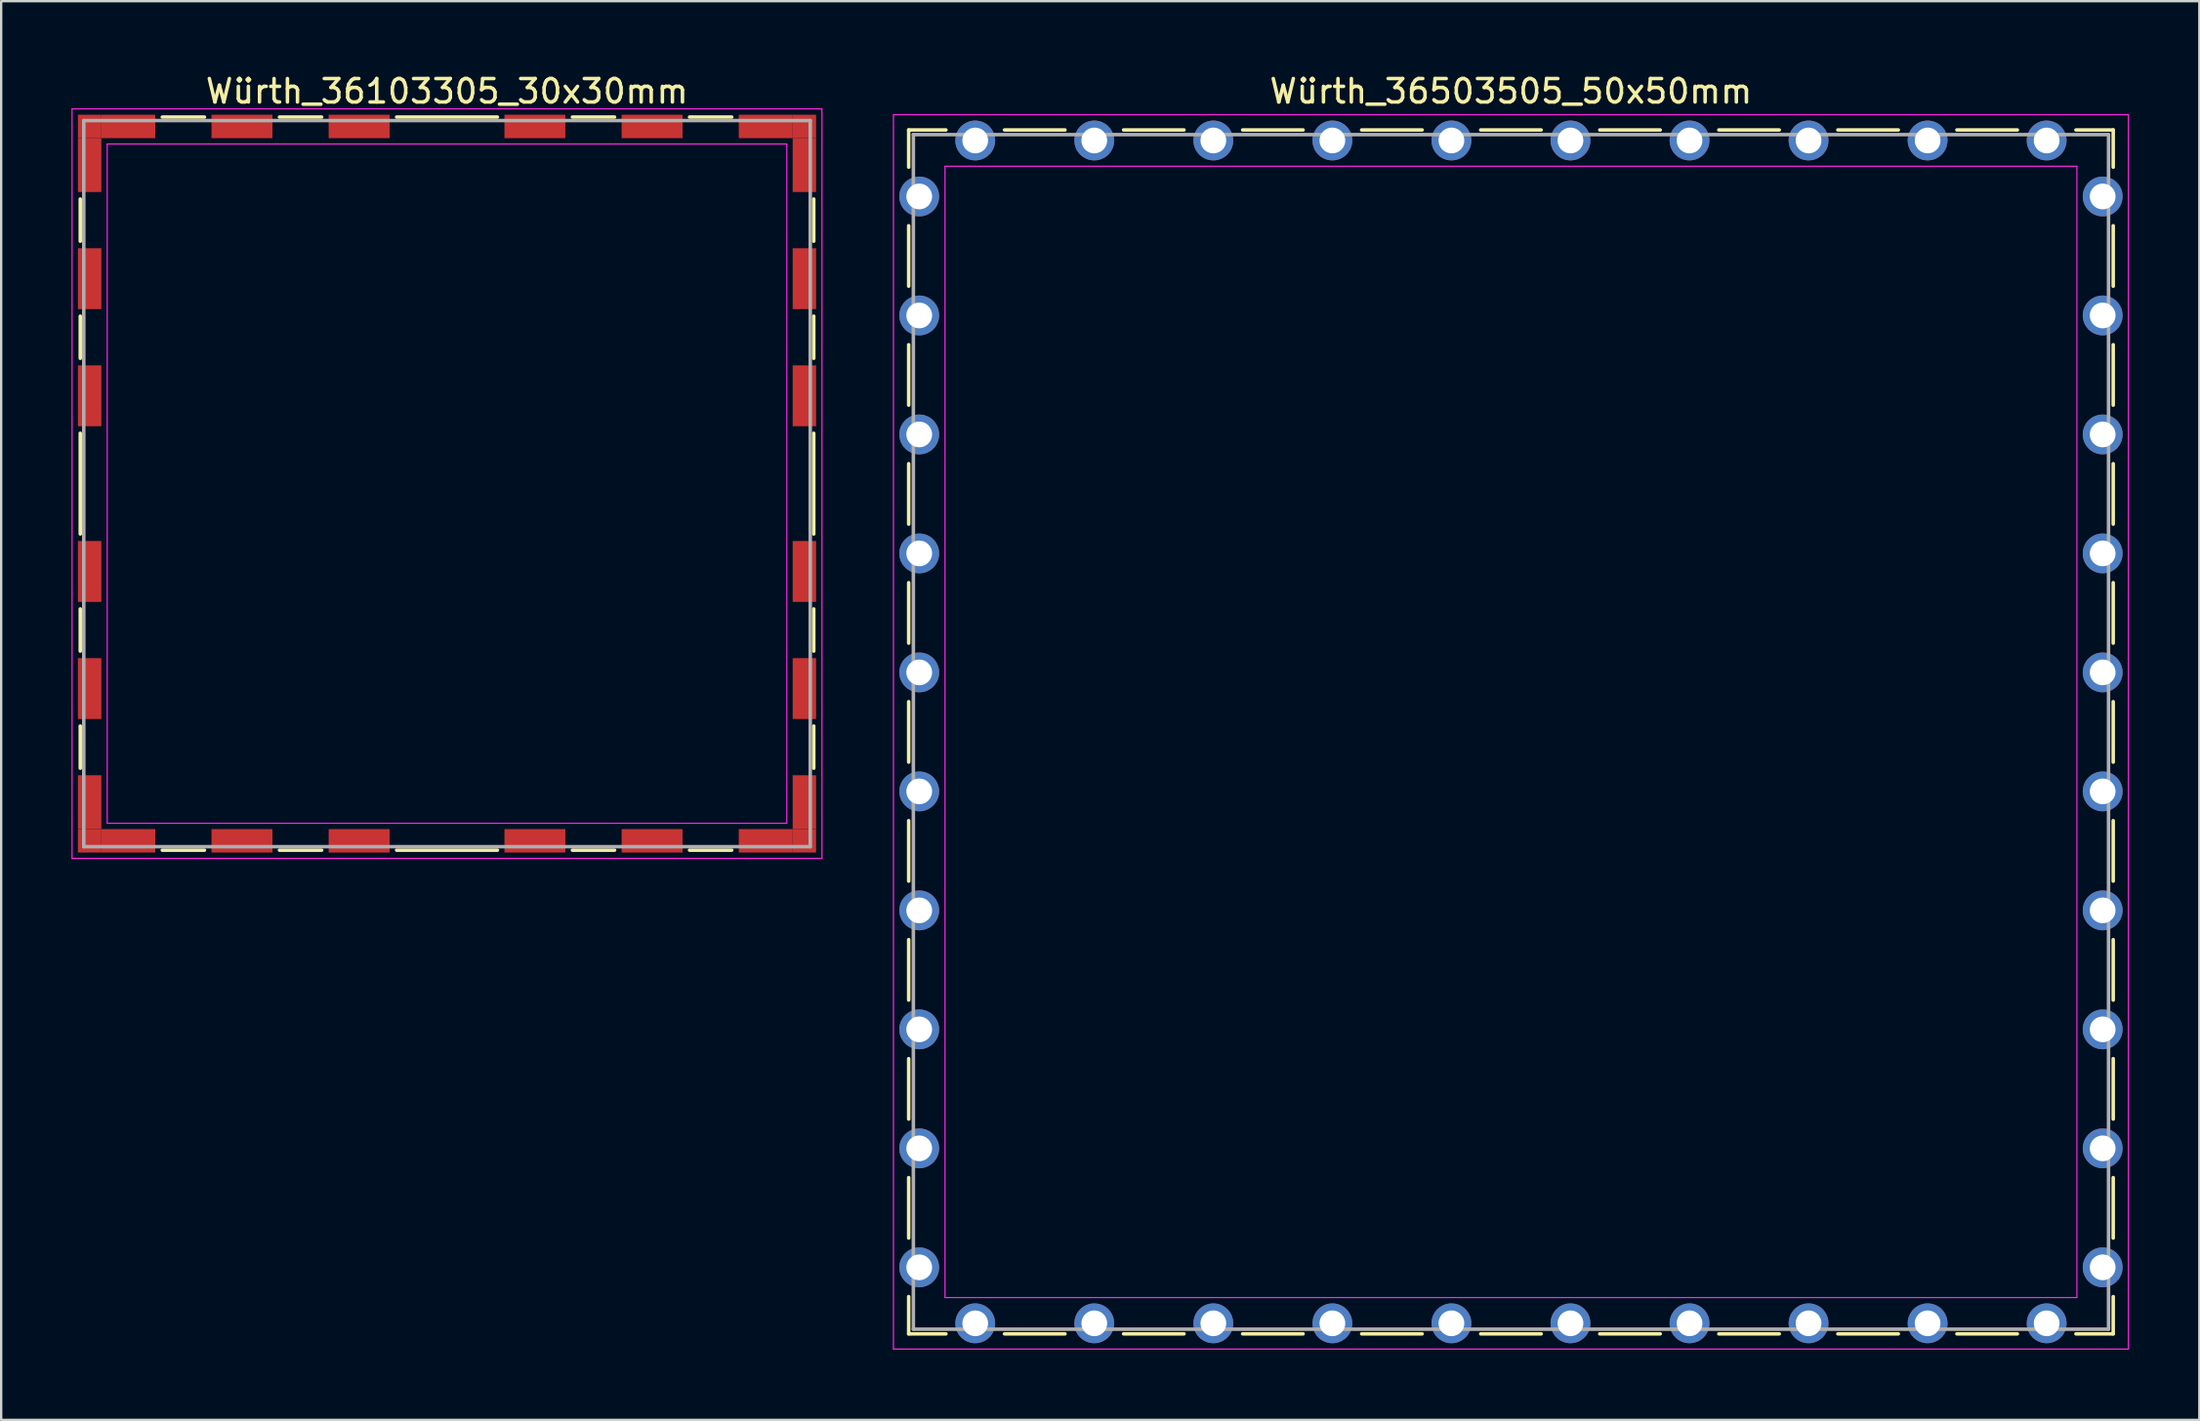
<source format=kicad_pcb>
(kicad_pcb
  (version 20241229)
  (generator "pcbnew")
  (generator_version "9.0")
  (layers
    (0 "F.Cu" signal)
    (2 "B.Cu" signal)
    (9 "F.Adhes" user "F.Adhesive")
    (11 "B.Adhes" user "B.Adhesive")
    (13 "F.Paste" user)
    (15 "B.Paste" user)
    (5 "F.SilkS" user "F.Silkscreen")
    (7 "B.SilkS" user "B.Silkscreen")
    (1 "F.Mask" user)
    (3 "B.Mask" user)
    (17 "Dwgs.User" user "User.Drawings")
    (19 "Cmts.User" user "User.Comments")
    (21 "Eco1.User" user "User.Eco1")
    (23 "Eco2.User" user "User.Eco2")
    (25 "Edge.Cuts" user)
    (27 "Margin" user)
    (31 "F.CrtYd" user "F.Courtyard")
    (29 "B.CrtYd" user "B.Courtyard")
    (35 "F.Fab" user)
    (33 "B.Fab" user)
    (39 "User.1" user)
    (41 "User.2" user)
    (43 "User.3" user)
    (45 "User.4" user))
  (footprint "Würth_36103305_30x30mm"
    (layer "F.Cu")
    (at 16.025 17.598)
    (property "Reference" "Würth_36103305_30x30mm" (at 0 -16.75 0) (layer "F.SilkS") (effects (font (size 1 1) (thickness 0.15))))
    (attr smd)
    (fp_line (start -15.65 -12.15) (end -15.65 -10.35) (stroke (width 0.15) (type solid)) (layer "F.SilkS"))
    (fp_line (start -15.65 -7.15) (end -15.65 -5.35) (stroke (width 0.15) (type solid)) (layer "F.SilkS"))
    (fp_line (start -15.65 -2.15) (end -15.65 2.15) (stroke (width 0.15) (type solid)) (layer "F.SilkS"))
    (fp_line (start -15.65 5.35) (end -15.65 7.15) (stroke (width 0.15) (type solid)) (layer "F.SilkS"))
    (fp_line (start -15.65 10.35) (end -15.65 12.15) (stroke (width 0.15) (type solid)) (layer "F.SilkS"))
    (fp_line (start -12.15 -15.65) (end -10.35 -15.65) (stroke (width 0.15) (type solid)) (layer "F.SilkS"))
    (fp_line (start -12.15 15.65) (end -10.35 15.65) (stroke (width 0.15) (type solid)) (layer "F.SilkS"))
    (fp_line (start -7.15 -15.65) (end -5.35 -15.65) (stroke (width 0.15) (type solid)) (layer "F.SilkS"))
    (fp_line (start -7.15 15.65) (end -5.35 15.65) (stroke (width 0.15) (type solid)) (layer "F.SilkS"))
    (fp_line (start -2.15 -15.65) (end 2.15 -15.65) (stroke (width 0.15) (type solid)) (layer "F.SilkS"))
    (fp_line (start -2.15 15.65) (end 2.15 15.65) (stroke (width 0.15) (type solid)) (layer "F.SilkS"))
    (fp_line (start 5.35 -15.65) (end 7.15 -15.65) (stroke (width 0.15) (type solid)) (layer "F.SilkS"))
    (fp_line (start 5.35 15.65) (end 7.15 15.65) (stroke (width 0.15) (type solid)) (layer "F.SilkS"))
    (fp_line (start 10.35 -15.65) (end 12.15 -15.65) (stroke (width 0.15) (type solid)) (layer "F.SilkS"))
    (fp_line (start 10.35 15.65) (end 12.15 15.65) (stroke (width 0.15) (type solid)) (layer "F.SilkS"))
    (fp_line (start 15.65 -12.15) (end 15.65 -10.35) (stroke (width 0.15) (type solid)) (layer "F.SilkS"))
    (fp_line (start 15.65 -7.15) (end 15.65 -5.35) (stroke (width 0.15) (type solid)) (layer "F.SilkS"))
    (fp_line (start 15.65 -2.15) (end 15.65 2.15) (stroke (width 0.15) (type solid)) (layer "F.SilkS"))
    (fp_line (start 15.65 5.35) (end 15.65 7.15) (stroke (width 0.15) (type solid)) (layer "F.SilkS"))
    (fp_line (start 15.65 10.35) (end 15.65 12.15) (stroke (width 0.15) (type solid)) (layer "F.SilkS"))
    (fp_line (start -16 -16) (end -16 16) (stroke (width 0.05) (type solid)) (layer "F.CrtYd"))
    (fp_line (start -16 16) (end 16 16) (stroke (width 0.05) (type solid)) (layer "F.CrtYd"))
    (fp_line (start -14.5 -14.5) (end -14.5 14.5) (stroke (width 0.05) (type solid)) (layer "F.CrtYd"))
    (fp_line (start -14.5 14.5) (end 14.5 14.5) (stroke (width 0.05) (type solid)) (layer "F.CrtYd"))
    (fp_line (start 14.5 -14.5) (end -14.5 -14.5) (stroke (width 0.05) (type solid)) (layer "F.CrtYd"))
    (fp_line (start 14.5 14.5) (end 14.5 -14.5) (stroke (width 0.05) (type solid)) (layer "F.CrtYd"))
    (fp_line (start 16 -16) (end -16 -16) (stroke (width 0.05) (type solid)) (layer "F.CrtYd"))
    (fp_line (start 16 16) (end 16 -16) (stroke (width 0.05) (type solid)) (layer "F.CrtYd"))
    (fp_line (start -15.5 -15.5) (end -15.5 15.5) (stroke (width 0.15) (type solid)) (layer "F.Fab"))
    (fp_line (start -15.5 15.5) (end 15.5 15.5) (stroke (width 0.15) (type solid)) (layer "F.Fab"))
    (fp_line (start 15.5 -15.5) (end -15.5 -15.5) (stroke (width 0.15) (type solid)) (layer "F.Fab"))
    (fp_line (start 15.5 15.5) (end 15.5 -15.5) (stroke (width 0.15) (type solid)) (layer "F.Fab"))
    (pad "1" smd rect (at -15.25 -15.25) (size 1 1) (layers "F.Cu" "F.Mask"))
    (pad "1" smd rect (at -15.25 -13.6) (size 1 2.3) (layers "F.Cu" "F.Mask"))
    (pad "1" smd rect (at -15.25 -8.75) (size 1 2.6) (layers "F.Cu" "F.Mask"))
    (pad "1" smd rect (at -15.25 -3.75) (size 1 2.6) (layers "F.Cu" "F.Mask"))
    (pad "1" smd rect (at -15.25 3.75) (size 1 2.6) (layers "F.Cu" "F.Mask"))
    (pad "1" smd rect (at -15.25 8.75) (size 1 2.6) (layers "F.Cu" "F.Mask"))
    (pad "1" smd rect (at -15.25 13.6) (size 1 2.3) (layers "F.Cu" "F.Mask"))
    (pad "1" smd rect (at -15.25 15.25) (size 1 1) (layers "F.Cu" "F.Mask"))
    (pad "1" smd rect (at -13.6 -15.25) (size 2.3 1) (layers "F.Cu" "F.Mask"))
    (pad "1" smd rect (at -13.6 15.25) (size 2.3 1) (layers "F.Cu" "F.Mask"))
    (pad "1" smd rect (at -8.75 -15.25) (size 2.6 1) (layers "F.Cu" "F.Mask"))
    (pad "1" smd rect (at -8.75 15.25) (size 2.6 1) (layers "F.Cu" "F.Mask"))
    (pad "1" smd rect (at -3.75 -15.25) (size 2.6 1) (layers "F.Cu" "F.Mask"))
    (pad "1" smd rect (at -3.75 15.25) (size 2.6 1) (layers "F.Cu" "F.Mask"))
    (pad "1" smd rect (at 3.75 -15.25) (size 2.6 1) (layers "F.Cu" "F.Mask"))
    (pad "1" smd rect (at 3.75 15.25) (size 2.6 1) (layers "F.Cu" "F.Mask"))
    (pad "1" smd rect (at 8.75 -15.25) (size 2.6 1) (layers "F.Cu" "F.Mask"))
    (pad "1" smd rect (at 8.75 15.25) (size 2.6 1) (layers "F.Cu" "F.Mask"))
    (pad "1" smd rect (at 13.6 -15.25) (size 2.3 1) (layers "F.Cu" "F.Mask"))
    (pad "1" smd rect (at 13.6 15.25) (size 2.3 1) (layers "F.Cu" "F.Mask"))
    (pad "1" smd rect (at 15.25 -15.25) (size 1 1) (layers "F.Cu" "F.Mask"))
    (pad "1" smd rect (at 15.25 -13.6) (size 1 2.3) (layers "F.Cu" "F.Mask"))
    (pad "1" smd rect (at 15.25 -8.75) (size 1 2.6) (layers "F.Cu" "F.Mask"))
    (pad "1" smd rect (at 15.25 -3.75) (size 1 2.6) (layers "F.Cu" "F.Mask"))
    (pad "1" smd rect (at 15.25 3.75) (size 1 2.6) (layers "F.Cu" "F.Mask"))
    (pad "1" smd rect (at 15.25 8.75) (size 1 2.6) (layers "F.Cu" "F.Mask"))
    (pad "1" smd rect (at 15.25 13.6) (size 1 2.3) (layers "F.Cu" "F.Mask"))
    (pad "1" smd rect (at 15.25 15.25) (size 1 1) (layers "F.Cu" "F.Mask")))
  (footprint "Würth_36503505_50x50mm"
    (layer "F.Cu")
    (at 61.425 28.198)
    (property "Reference" "Würth_36503505_50x50mm" (at 0 -27.35 0) (layer "F.SilkS") (effects (font (size 1 1) (thickness 0.15))))
    (attr through_hole)
    (fp_line (start -25.7 -25.7) (end -24.11 -25.7) (stroke (width 0.15) (type solid)) (layer "F.SilkS"))
    (fp_line (start -25.7 -24.11) (end -25.7 -25.7) (stroke (width 0.15) (type solid)) (layer "F.SilkS"))
    (fp_line (start -25.7 -19.03) (end -25.7 -21.61) (stroke (width 0.15) (type solid)) (layer "F.SilkS"))
    (fp_line (start -25.7 -13.95) (end -25.7 -16.53) (stroke (width 0.15) (type solid)) (layer "F.SilkS"))
    (fp_line (start -25.7 -8.87) (end -25.7 -11.45) (stroke (width 0.15) (type solid)) (layer "F.SilkS"))
    (fp_line (start -25.7 -3.79) (end -25.7 -6.37) (stroke (width 0.15) (type solid)) (layer "F.SilkS"))
    (fp_line (start -25.7 -1.29) (end -25.7 1.29) (stroke (width 0.15) (type solid)) (layer "F.SilkS"))
    (fp_line (start -25.7 3.79) (end -25.7 6.37) (stroke (width 0.15) (type solid)) (layer "F.SilkS"))
    (fp_line (start -25.7 8.87) (end -25.7 11.45) (stroke (width 0.15) (type solid)) (layer "F.SilkS"))
    (fp_line (start -25.7 13.95) (end -25.7 16.53) (stroke (width 0.15) (type solid)) (layer "F.SilkS"))
    (fp_line (start -25.7 19.03) (end -25.7 21.61) (stroke (width 0.15) (type solid)) (layer "F.SilkS"))
    (fp_line (start -25.7 24.11) (end -25.7 25.7) (stroke (width 0.15) (type solid)) (layer "F.SilkS"))
    (fp_line (start -25.7 25.7) (end -24.11 25.7) (stroke (width 0.15) (type solid)) (layer "F.SilkS"))
    (fp_line (start -19.03 -25.7) (end -21.61 -25.7) (stroke (width 0.15) (type solid)) (layer "F.SilkS"))
    (fp_line (start -19.03 25.7) (end -21.61 25.7) (stroke (width 0.15) (type solid)) (layer "F.SilkS"))
    (fp_line (start -13.95 -25.7) (end -16.53 -25.7) (stroke (width 0.15) (type solid)) (layer "F.SilkS"))
    (fp_line (start -13.95 25.7) (end -16.53 25.7) (stroke (width 0.15) (type solid)) (layer "F.SilkS"))
    (fp_line (start -8.87 -25.7) (end -11.45 -25.7) (stroke (width 0.15) (type solid)) (layer "F.SilkS"))
    (fp_line (start -8.87 25.7) (end -11.45 25.7) (stroke (width 0.15) (type solid)) (layer "F.SilkS"))
    (fp_line (start -3.79 -25.7) (end -6.37 -25.7) (stroke (width 0.15) (type solid)) (layer "F.SilkS"))
    (fp_line (start -3.79 25.7) (end -6.37 25.7) (stroke (width 0.15) (type solid)) (layer "F.SilkS"))
    (fp_line (start 1.29 -25.7) (end -1.29 -25.7) (stroke (width 0.15) (type solid)) (layer "F.SilkS"))
    (fp_line (start 1.29 25.7) (end -1.29 25.7) (stroke (width 0.15) (type solid)) (layer "F.SilkS"))
    (fp_line (start 3.79 -25.7) (end 6.37 -25.7) (stroke (width 0.15) (type solid)) (layer "F.SilkS"))
    (fp_line (start 3.79 25.7) (end 6.37 25.7) (stroke (width 0.15) (type solid)) (layer "F.SilkS"))
    (fp_line (start 8.87 -25.7) (end 11.45 -25.7) (stroke (width 0.15) (type solid)) (layer "F.SilkS"))
    (fp_line (start 8.87 25.7) (end 11.45 25.7) (stroke (width 0.15) (type solid)) (layer "F.SilkS"))
    (fp_line (start 13.95 -25.7) (end 16.53 -25.7) (stroke (width 0.15) (type solid)) (layer "F.SilkS"))
    (fp_line (start 13.95 25.7) (end 16.53 25.7) (stroke (width 0.15) (type solid)) (layer "F.SilkS"))
    (fp_line (start 19.03 -25.7) (end 21.61 -25.7) (stroke (width 0.15) (type solid)) (layer "F.SilkS"))
    (fp_line (start 19.03 25.7) (end 21.61 25.7) (stroke (width 0.15) (type solid)) (layer "F.SilkS"))
    (fp_line (start 25.7 -25.7) (end 24.11 -25.7) (stroke (width 0.15) (type solid)) (layer "F.SilkS"))
    (fp_line (start 25.7 -24.11) (end 25.7 -25.7) (stroke (width 0.15) (type solid)) (layer "F.SilkS"))
    (fp_line (start 25.7 -19.03) (end 25.7 -21.61) (stroke (width 0.15) (type solid)) (layer "F.SilkS"))
    (fp_line (start 25.7 -13.95) (end 25.7 -16.53) (stroke (width 0.15) (type solid)) (layer "F.SilkS"))
    (fp_line (start 25.7 -8.87) (end 25.7 -11.45) (stroke (width 0.15) (type solid)) (layer "F.SilkS"))
    (fp_line (start 25.7 -3.79) (end 25.7 -6.37) (stroke (width 0.15) (type solid)) (layer "F.SilkS"))
    (fp_line (start 25.7 1.29) (end 25.7 -1.29) (stroke (width 0.15) (type solid)) (layer "F.SilkS"))
    (fp_line (start 25.7 3.79) (end 25.7 6.37) (stroke (width 0.15) (type solid)) (layer "F.SilkS"))
    (fp_line (start 25.7 8.87) (end 25.7 11.45) (stroke (width 0.15) (type solid)) (layer "F.SilkS"))
    (fp_line (start 25.7 13.95) (end 25.7 16.53) (stroke (width 0.15) (type solid)) (layer "F.SilkS"))
    (fp_line (start 25.7 19.03) (end 25.7 21.61) (stroke (width 0.15) (type solid)) (layer "F.SilkS"))
    (fp_line (start 25.7 24.11) (end 25.7 25.7) (stroke (width 0.15) (type solid)) (layer "F.SilkS"))
    (fp_line (start 25.7 25.7) (end 24.11 25.7) (stroke (width 0.15) (type solid)) (layer "F.SilkS"))
    (fp_line (start -26.35 -26.35) (end -26.35 26.35) (stroke (width 0.05) (type solid)) (layer "F.CrtYd"))
    (fp_line (start -26.35 26.35) (end 26.35 26.35) (stroke (width 0.05) (type solid)) (layer "F.CrtYd"))
    (fp_line (start -24.15 -24.15) (end -24.15 24.15) (stroke (width 0.05) (type solid)) (layer "F.CrtYd"))
    (fp_line (start -24.15 24.15) (end 24.15 24.15) (stroke (width 0.05) (type solid)) (layer "F.CrtYd"))
    (fp_line (start 24.15 -24.15) (end -24.15 -24.15) (stroke (width 0.05) (type solid)) (layer "F.CrtYd"))
    (fp_line (start 24.15 24.15) (end 24.15 -24.15) (stroke (width 0.05) (type solid)) (layer "F.CrtYd"))
    (fp_line (start 26.35 -26.35) (end -26.35 -26.35) (stroke (width 0.05) (type solid)) (layer "F.CrtYd"))
    (fp_line (start 26.35 26.35) (end 26.35 -26.35) (stroke (width 0.05) (type solid)) (layer "F.CrtYd"))
    (fp_line (start -25.5 -25.5) (end -25.5 25.5) (stroke (width 0.15) (type solid)) (layer "F.Fab"))
    (fp_line (start -25.5 25.5) (end 25.5 25.5) (stroke (width 0.15) (type solid)) (layer "F.Fab"))
    (fp_line (start 25.5 -25.5) (end -25.5 -25.5) (stroke (width 0.15) (type solid)) (layer "F.Fab"))
    (fp_line (start 25.5 25.5) (end 25.5 -25.5) (stroke (width 0.15) (type solid)) (layer "F.Fab"))
    (pad "1" thru_hole circle (at -25.25 -22.86) (size 1.7 1.7) (drill 1.1) (layers "*.Cu" "*.Mask"))
    (pad "1" thru_hole circle (at -25.25 -17.78) (size 1.7 1.7) (drill 1.1) (layers "*.Cu" "*.Mask"))
    (pad "1" thru_hole circle (at -25.25 -12.7) (size 1.7 1.7) (drill 1.1) (layers "*.Cu" "*.Mask"))
    (pad "1" thru_hole circle (at -25.25 -7.62) (size 1.7 1.7) (drill 1.1) (layers "*.Cu" "*.Mask"))
    (pad "1" thru_hole circle (at -25.25 -2.54) (size 1.7 1.7) (drill 1.1) (layers "*.Cu" "*.Mask"))
    (pad "1" thru_hole circle (at -25.25 2.54) (size 1.7 1.7) (drill 1.1) (layers "*.Cu" "*.Mask"))
    (pad "1" thru_hole circle (at -25.25 7.62) (size 1.7 1.7) (drill 1.1) (layers "*.Cu" "*.Mask"))
    (pad "1" thru_hole circle (at -25.25 12.7) (size 1.7 1.7) (drill 1.1) (layers "*.Cu" "*.Mask"))
    (pad "1" thru_hole circle (at -25.25 17.78) (size 1.7 1.7) (drill 1.1) (layers "*.Cu" "*.Mask"))
    (pad "1" thru_hole circle (at -25.25 22.86) (size 1.7 1.7) (drill 1.1) (layers "*.Cu" "*.Mask"))
    (pad "1" thru_hole circle (at -22.86 -25.25) (size 1.7 1.7) (drill 1.1) (layers "*.Cu" "*.Mask"))
    (pad "1" thru_hole circle (at -22.86 25.25) (size 1.7 1.7) (drill 1.1) (layers "*.Cu" "*.Mask"))
    (pad "1" thru_hole circle (at -17.78 -25.25) (size 1.7 1.7) (drill 1.1) (layers "*.Cu" "*.Mask"))
    (pad "1" thru_hole circle (at -17.78 25.25) (size 1.7 1.7) (drill 1.1) (layers "*.Cu" "*.Mask"))
    (pad "1" thru_hole circle (at -12.7 -25.25) (size 1.7 1.7) (drill 1.1) (layers "*.Cu" "*.Mask"))
    (pad "1" thru_hole circle (at -12.7 25.25) (size 1.7 1.7) (drill 1.1) (layers "*.Cu" "*.Mask"))
    (pad "1" thru_hole circle (at -7.62 -25.25) (size 1.7 1.7) (drill 1.1) (layers "*.Cu" "*.Mask"))
    (pad "1" thru_hole circle (at -7.62 25.25) (size 1.7 1.7) (drill 1.1) (layers "*.Cu" "*.Mask"))
    (pad "1" thru_hole circle (at -2.54 -25.25) (size 1.7 1.7) (drill 1.1) (layers "*.Cu" "*.Mask"))
    (pad "1" thru_hole circle (at -2.54 25.25) (size 1.7 1.7) (drill 1.1) (layers "*.Cu" "*.Mask"))
    (pad "1" thru_hole circle (at 2.54 -25.25) (size 1.7 1.7) (drill 1.1) (layers "*.Cu" "*.Mask"))
    (pad "1" thru_hole circle (at 2.54 25.25) (size 1.7 1.7) (drill 1.1) (layers "*.Cu" "*.Mask"))
    (pad "1" thru_hole circle (at 7.62 -25.25) (size 1.7 1.7) (drill 1.1) (layers "*.Cu" "*.Mask"))
    (pad "1" thru_hole circle (at 7.62 25.25) (size 1.7 1.7) (drill 1.1) (layers "*.Cu" "*.Mask"))
    (pad "1" thru_hole circle (at 12.7 -25.25) (size 1.7 1.7) (drill 1.1) (layers "*.Cu" "*.Mask"))
    (pad "1" thru_hole circle (at 12.7 25.25) (size 1.7 1.7) (drill 1.1) (layers "*.Cu" "*.Mask"))
    (pad "1" thru_hole circle (at 17.78 -25.25) (size 1.7 1.7) (drill 1.1) (layers "*.Cu" "*.Mask"))
    (pad "1" thru_hole circle (at 17.78 25.25) (size 1.7 1.7) (drill 1.1) (layers "*.Cu" "*.Mask"))
    (pad "1" thru_hole circle (at 22.86 -25.25) (size 1.7 1.7) (drill 1.1) (layers "*.Cu" "*.Mask"))
    (pad "1" thru_hole circle (at 22.86 25.25) (size 1.7 1.7) (drill 1.1) (layers "*.Cu" "*.Mask"))
    (pad "1" thru_hole circle (at 25.25 -22.86) (size 1.7 1.7) (drill 1.1) (layers "*.Cu" "*.Mask"))
    (pad "1" thru_hole circle (at 25.25 -17.78) (size 1.7 1.7) (drill 1.1) (layers "*.Cu" "*.Mask"))
    (pad "1" thru_hole circle (at 25.25 -12.7) (size 1.7 1.7) (drill 1.1) (layers "*.Cu" "*.Mask"))
    (pad "1" thru_hole circle (at 25.25 -7.62) (size 1.7 1.7) (drill 1.1) (layers "*.Cu" "*.Mask"))
    (pad "1" thru_hole circle (at 25.25 -2.54) (size 1.7 1.7) (drill 1.1) (layers "*.Cu" "*.Mask"))
    (pad "1" thru_hole circle (at 25.25 2.54) (size 1.7 1.7) (drill 1.1) (layers "*.Cu" "*.Mask"))
    (pad "1" thru_hole circle (at 25.25 7.62) (size 1.7 1.7) (drill 1.1) (layers "*.Cu" "*.Mask"))
    (pad "1" thru_hole circle (at 25.25 12.7) (size 1.7 1.7) (drill 1.1) (layers "*.Cu" "*.Mask"))
    (pad "1" thru_hole circle (at 25.25 17.78) (size 1.7 1.7) (drill 1.1) (layers "*.Cu" "*.Mask"))
    (pad "1" thru_hole circle (at 25.25 22.86) (size 1.7 1.7) (drill 1.1) (layers "*.Cu" "*.Mask")))
  (gr_rect
    (start -3 -3)
    (end 90.8 57.573)
    (stroke (width 0.1) (type default))
    (fill no)
    (layer "Edge.Cuts")))
</source>
